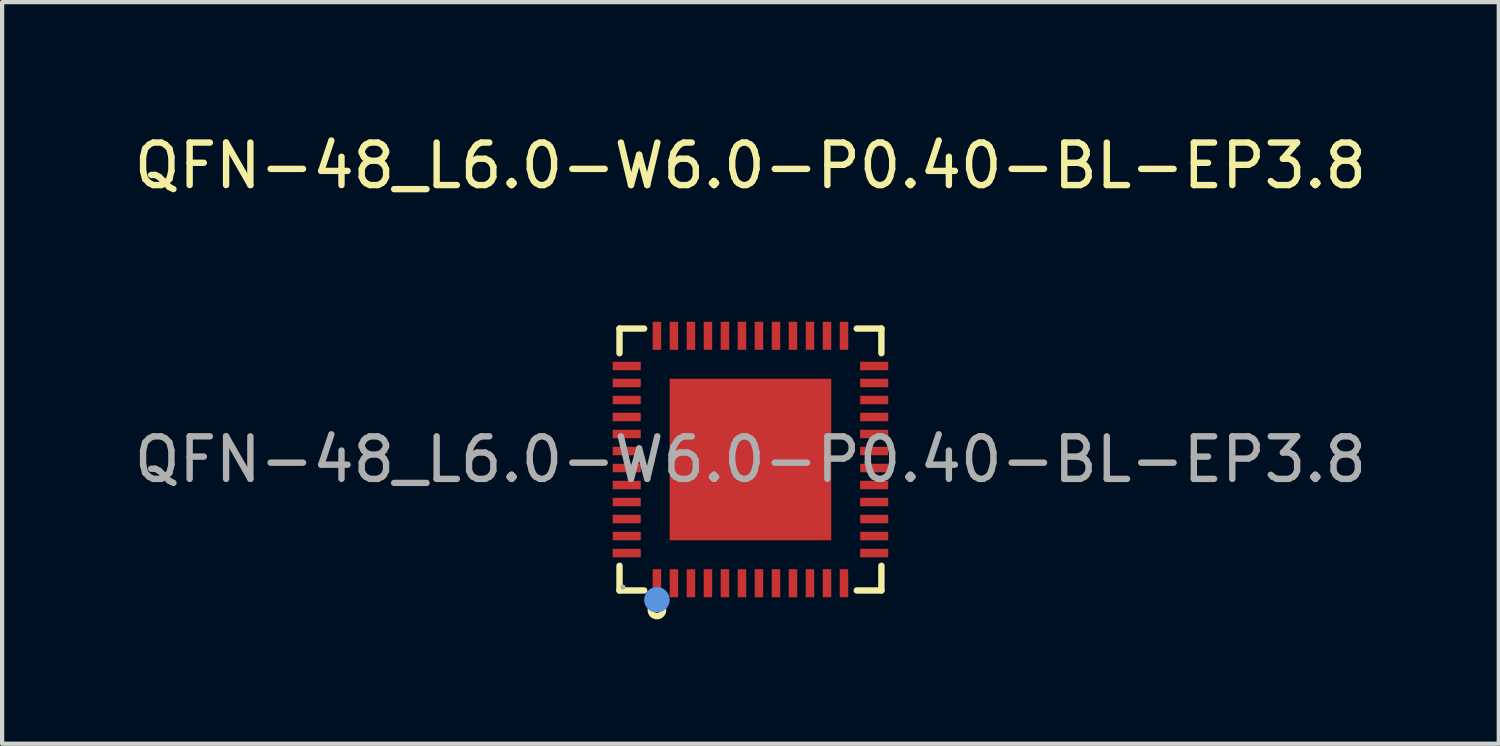
<source format=kicad_pcb>
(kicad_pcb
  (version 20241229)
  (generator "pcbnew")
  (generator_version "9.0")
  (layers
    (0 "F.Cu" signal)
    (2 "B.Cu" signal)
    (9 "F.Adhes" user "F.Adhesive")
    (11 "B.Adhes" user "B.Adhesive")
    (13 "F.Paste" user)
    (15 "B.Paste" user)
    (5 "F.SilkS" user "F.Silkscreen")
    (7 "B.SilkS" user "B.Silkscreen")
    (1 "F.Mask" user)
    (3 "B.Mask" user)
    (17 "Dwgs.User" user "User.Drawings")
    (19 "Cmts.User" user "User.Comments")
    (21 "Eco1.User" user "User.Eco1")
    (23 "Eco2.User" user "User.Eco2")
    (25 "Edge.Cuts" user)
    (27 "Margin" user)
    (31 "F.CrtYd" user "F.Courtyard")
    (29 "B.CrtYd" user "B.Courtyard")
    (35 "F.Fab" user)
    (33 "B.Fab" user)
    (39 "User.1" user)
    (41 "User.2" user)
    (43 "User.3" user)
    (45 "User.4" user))
  (footprint "QFN-48_L6.0-W6.0-P0.40-BL-EP3.8"
    (layer "F.Cu")
    (at 14.601 7.758)
    (property "Reference" "QFN-48_L6.0-W6.0-P0.40-BL-EP3.8" (at 0 -6.91 0) (layer "F.SilkS") (effects (font (size 1 1) (thickness 0.15))))
    (attr through_hole)
    (fp_line (start -3.08 -3.08) (end -2.5 -3.08) (stroke (width 0.15) (type solid)) (layer "F.SilkS"))
    (fp_line (start -3.08 -2.5) (end -3.08 -3.08) (stroke (width 0.15) (type solid)) (layer "F.SilkS"))
    (fp_line (start -3.08 2.5) (end -3.08 3.08) (stroke (width 0.15) (type solid)) (layer "F.SilkS"))
    (fp_line (start -3.08 3.08) (end -2.5 3.08) (stroke (width 0.15) (type solid)) (layer "F.SilkS"))
    (fp_line (start 3.08 -3.08) (end 2.5 -3.08) (stroke (width 0.15) (type solid)) (layer "F.SilkS"))
    (fp_line (start 3.08 -2.5) (end 3.08 -3.08) (stroke (width 0.15) (type solid)) (layer "F.SilkS"))
    (fp_line (start 3.08 2.5) (end 3.08 3.08) (stroke (width 0.15) (type solid)) (layer "F.SilkS"))
    (fp_line (start 3.08 3.08) (end 2.5 3.08) (stroke (width 0.15) (type solid)) (layer "F.SilkS"))
    (fp_circle (center -2.2 3.54) (end -2.13 3.54) (stroke (width 0.15) (type solid)) (fill no) (layer "F.SilkS"))
    (fp_circle (center -2.2 3.3) (end -2.05 3.3) (stroke (width 0.3) (type solid)) (fill no) (layer "Cmts.User"))
    (fp_circle (center -3 3) (end -2.97 3) (stroke (width 0.06) (type solid)) (fill no) (layer "F.Fab"))
    (fp_text user "${REFERENCE}" (at 0 0 0) (layer "F.Fab") (effects (font (size 1 1) (thickness 0.15))))
    (pad "1" smd rect (at -2.2 2.91) (size 0.2 0.66) (layers "F.Cu" "F.Mask" "F.Paste"))
    (pad "2" smd rect (at -1.8 2.91) (size 0.2 0.66) (layers "F.Cu" "F.Mask" "F.Paste"))
    (pad "3" smd rect (at -1.4 2.91) (size 0.2 0.66) (layers "F.Cu" "F.Mask" "F.Paste"))
    (pad "4" smd rect (at -1 2.91) (size 0.2 0.66) (layers "F.Cu" "F.Mask" "F.Paste"))
    (pad "5" smd rect (at -0.6 2.91) (size 0.2 0.66) (layers "F.Cu" "F.Mask" "F.Paste"))
    (pad "6" smd rect (at -0.2 2.91) (size 0.2 0.66) (layers "F.Cu" "F.Mask" "F.Paste"))
    (pad "7" smd rect (at 0.2 2.91) (size 0.2 0.66) (layers "F.Cu" "F.Mask" "F.Paste"))
    (pad "8" smd rect (at 0.6 2.91) (size 0.2 0.66) (layers "F.Cu" "F.Mask" "F.Paste"))
    (pad "9" smd rect (at 1 2.91) (size 0.2 0.66) (layers "F.Cu" "F.Mask" "F.Paste"))
    (pad "10" smd rect (at 1.4 2.91) (size 0.2 0.66) (layers "F.Cu" "F.Mask" "F.Paste"))
    (pad "11" smd rect (at 1.8 2.91) (size 0.2 0.66) (layers "F.Cu" "F.Mask" "F.Paste"))
    (pad "12" smd rect (at 2.2 2.91) (size 0.2 0.66) (layers "F.Cu" "F.Mask" "F.Paste"))
    (pad "13" smd rect (at 2.91 2.2) (size 0.66 0.2) (layers "F.Cu" "F.Mask" "F.Paste"))
    (pad "14" smd rect (at 2.91 1.8) (size 0.66 0.2) (layers "F.Cu" "F.Mask" "F.Paste"))
    (pad "15" smd rect (at 2.91 1.4) (size 0.66 0.2) (layers "F.Cu" "F.Mask" "F.Paste"))
    (pad "16" smd rect (at 2.91 1) (size 0.66 0.2) (layers "F.Cu" "F.Mask" "F.Paste"))
    (pad "17" smd rect (at 2.91 0.6) (size 0.66 0.2) (layers "F.Cu" "F.Mask" "F.Paste"))
    (pad "18" smd rect (at 2.91 0.2) (size 0.66 0.2) (layers "F.Cu" "F.Mask" "F.Paste"))
    (pad "19" smd rect (at 2.91 -0.2) (size 0.66 0.2) (layers "F.Cu" "F.Mask" "F.Paste"))
    (pad "20" smd rect (at 2.91 -0.6) (size 0.66 0.2) (layers "F.Cu" "F.Mask" "F.Paste"))
    (pad "21" smd rect (at 2.91 -1) (size 0.66 0.2) (layers "F.Cu" "F.Mask" "F.Paste"))
    (pad "22" smd rect (at 2.91 -1.4) (size 0.66 0.2) (layers "F.Cu" "F.Mask" "F.Paste"))
    (pad "23" smd rect (at 2.91 -1.8) (size 0.66 0.2) (layers "F.Cu" "F.Mask" "F.Paste"))
    (pad "24" smd rect (at 2.91 -2.2) (size 0.66 0.2) (layers "F.Cu" "F.Mask" "F.Paste"))
    (pad "25" smd rect (at 2.2 -2.91) (size 0.2 0.66) (layers "F.Cu" "F.Mask" "F.Paste"))
    (pad "26" smd rect (at 1.8 -2.91) (size 0.2 0.66) (layers "F.Cu" "F.Mask" "F.Paste"))
    (pad "27" smd rect (at 1.4 -2.91) (size 0.2 0.66) (layers "F.Cu" "F.Mask" "F.Paste"))
    (pad "28" smd rect (at 1 -2.91) (size 0.2 0.66) (layers "F.Cu" "F.Mask" "F.Paste"))
    (pad "29" smd rect (at 0.6 -2.91) (size 0.2 0.66) (layers "F.Cu" "F.Mask" "F.Paste"))
    (pad "30" smd rect (at 0.2 -2.91) (size 0.2 0.66) (layers "F.Cu" "F.Mask" "F.Paste"))
    (pad "31" smd rect (at -0.2 -2.91) (size 0.2 0.66) (layers "F.Cu" "F.Mask" "F.Paste"))
    (pad "32" smd rect (at -0.6 -2.91) (size 0.2 0.66) (layers "F.Cu" "F.Mask" "F.Paste"))
    (pad "33" smd rect (at -1 -2.91) (size 0.2 0.66) (layers "F.Cu" "F.Mask" "F.Paste"))
    (pad "34" smd rect (at -1.4 -2.91) (size 0.2 0.66) (layers "F.Cu" "F.Mask" "F.Paste"))
    (pad "35" smd rect (at -1.8 -2.91) (size 0.2 0.66) (layers "F.Cu" "F.Mask" "F.Paste"))
    (pad "36" smd rect (at -2.2 -2.91) (size 0.2 0.66) (layers "F.Cu" "F.Mask" "F.Paste"))
    (pad "37" smd rect (at -2.91 -2.2) (size 0.66 0.2) (layers "F.Cu" "F.Mask" "F.Paste"))
    (pad "38" smd rect (at -2.91 -1.8) (size 0.66 0.2) (layers "F.Cu" "F.Mask" "F.Paste"))
    (pad "39" smd rect (at -2.91 -1.4) (size 0.66 0.2) (layers "F.Cu" "F.Mask" "F.Paste"))
    (pad "40" smd rect (at -2.91 -1) (size 0.66 0.2) (layers "F.Cu" "F.Mask" "F.Paste"))
    (pad "41" smd rect (at -2.91 -0.6) (size 0.66 0.2) (layers "F.Cu" "F.Mask" "F.Paste"))
    (pad "42" smd rect (at -2.91 -0.2) (size 0.66 0.2) (layers "F.Cu" "F.Mask" "F.Paste"))
    (pad "43" smd rect (at -2.91 0.2) (size 0.66 0.2) (layers "F.Cu" "F.Mask" "F.Paste"))
    (pad "44" smd rect (at -2.91 0.6) (size 0.66 0.2) (layers "F.Cu" "F.Mask" "F.Paste"))
    (pad "45" smd rect (at -2.91 1) (size 0.66 0.2) (layers "F.Cu" "F.Mask" "F.Paste"))
    (pad "46" smd rect (at -2.91 1.4) (size 0.66 0.2) (layers "F.Cu" "F.Mask" "F.Paste"))
    (pad "47" smd rect (at -2.91 1.8) (size 0.66 0.2) (layers "F.Cu" "F.Mask" "F.Paste"))
    (pad "48" smd rect (at -2.91 2.2) (size 0.66 0.2) (layers "F.Cu" "F.Mask" "F.Paste"))
    (pad "49" smd rect (at 0 0) (size 3.8 3.8) (layers "F.Cu" "F.Mask" "F.Paste")))
  (gr_rect
    (start -3 -3)
    (end 32.202 14.443)
    (stroke (width 0.1) (type default))
    (fill no)
    (layer "Edge.Cuts")))
</source>
